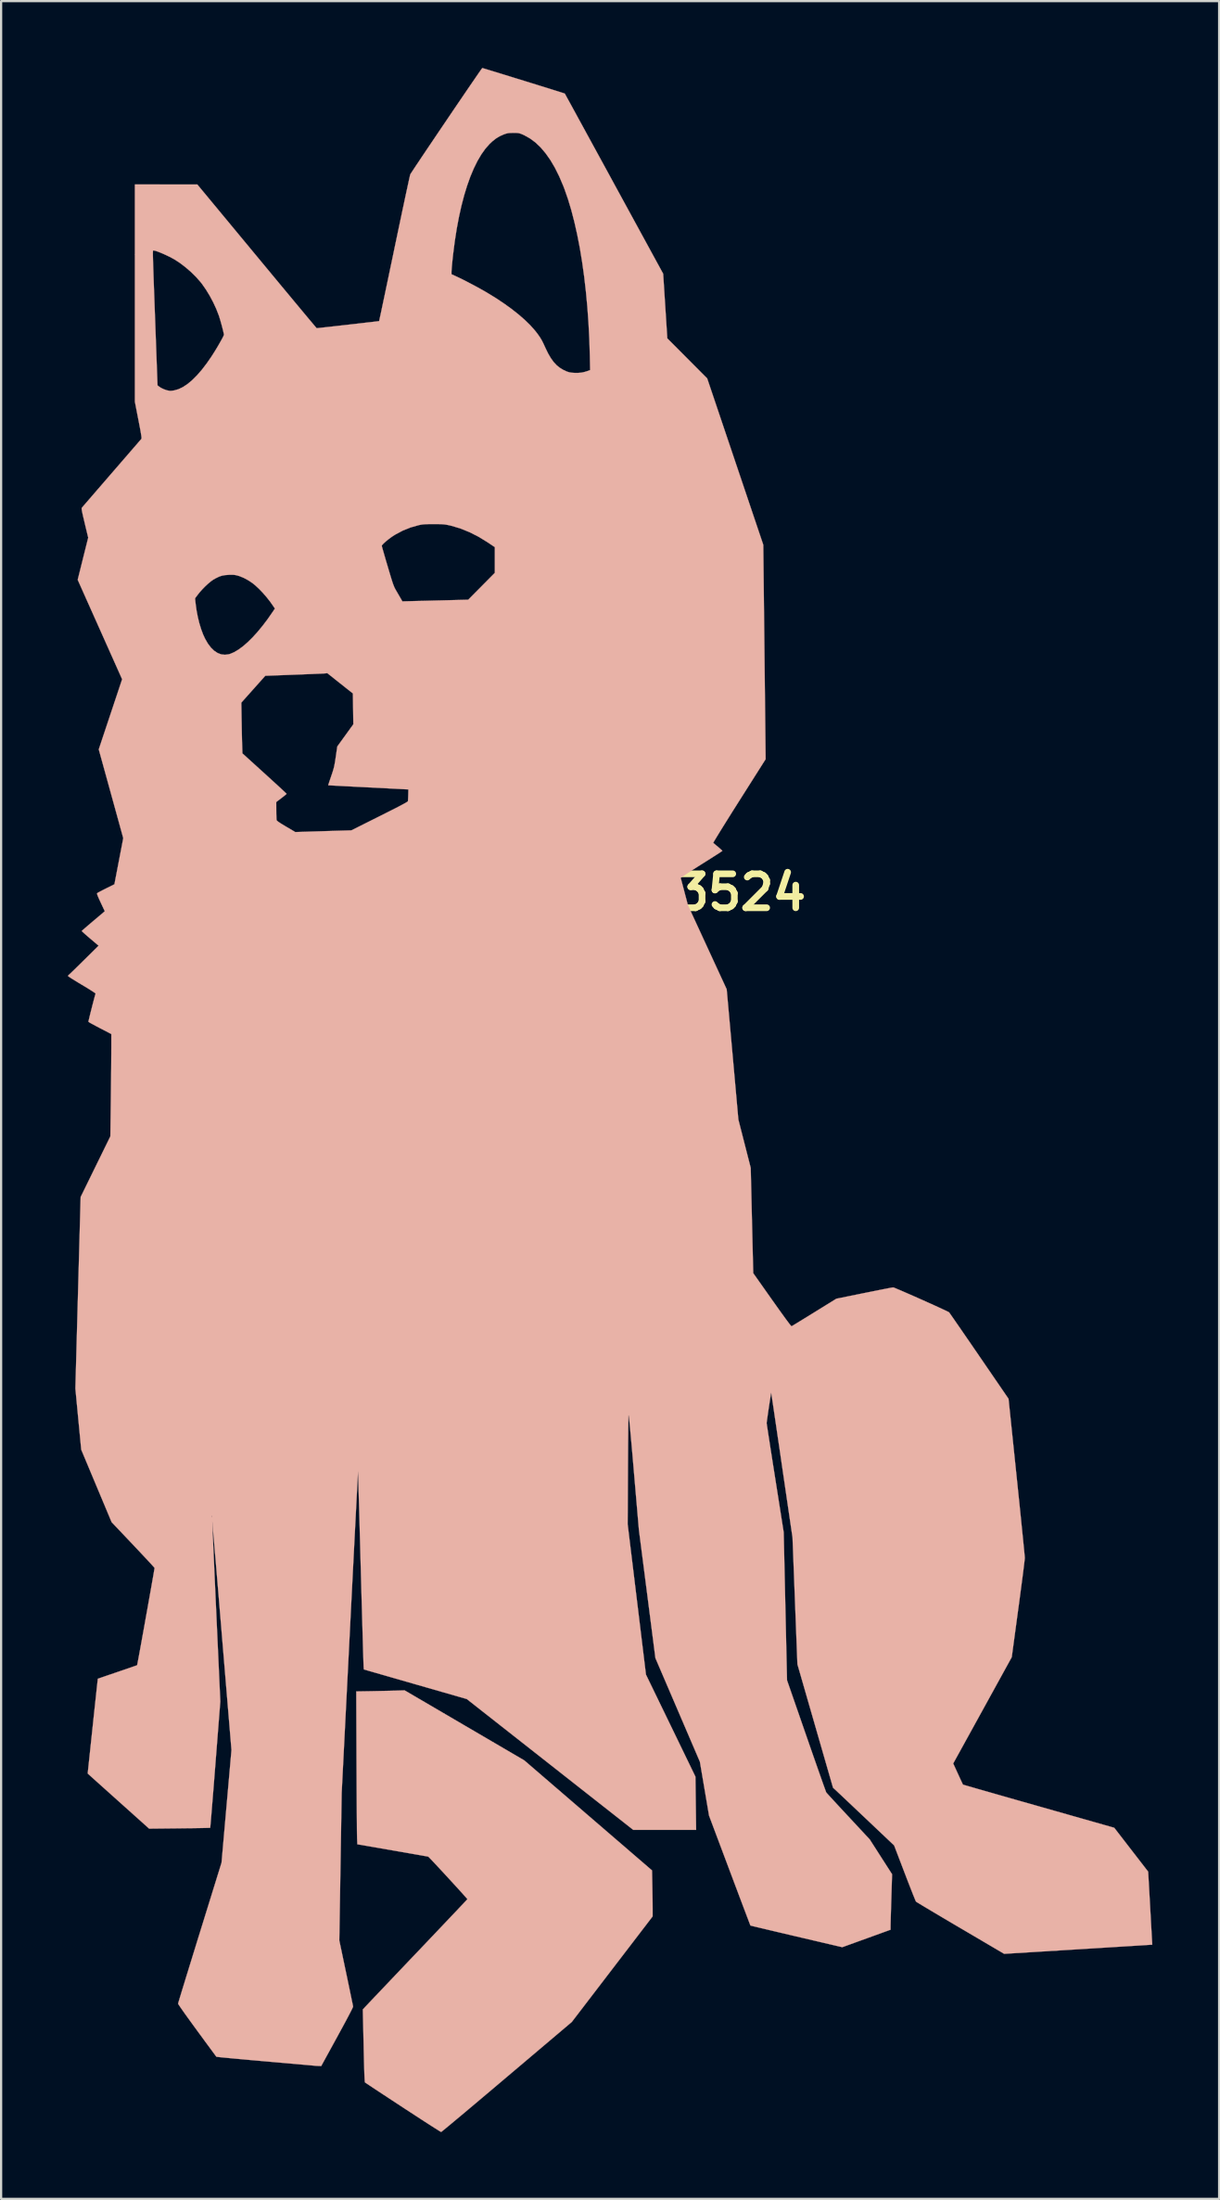
<source format=kicad_pcb>
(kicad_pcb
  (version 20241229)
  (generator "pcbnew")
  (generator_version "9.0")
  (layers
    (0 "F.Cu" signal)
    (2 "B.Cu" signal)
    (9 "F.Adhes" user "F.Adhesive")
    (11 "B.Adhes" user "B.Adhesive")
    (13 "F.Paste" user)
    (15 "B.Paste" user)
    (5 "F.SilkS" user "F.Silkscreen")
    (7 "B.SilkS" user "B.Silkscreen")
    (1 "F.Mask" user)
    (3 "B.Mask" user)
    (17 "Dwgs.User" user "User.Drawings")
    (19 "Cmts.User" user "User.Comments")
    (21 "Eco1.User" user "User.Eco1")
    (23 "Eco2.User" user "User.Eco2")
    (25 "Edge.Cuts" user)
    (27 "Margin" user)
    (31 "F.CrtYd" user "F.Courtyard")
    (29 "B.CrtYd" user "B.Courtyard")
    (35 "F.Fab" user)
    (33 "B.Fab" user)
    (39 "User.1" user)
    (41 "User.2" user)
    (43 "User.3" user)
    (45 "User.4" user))
  (footprint "B.SilkS_g13524"
    (layer "F.Cu")
    (at 24.283 37.026)
    (property "Reference" "B.SilkS_g13524" (at 0 0 0) (layer "F.SilkS") (effects (font (size 1.524 1.524) (thickness 0.3))))
    (attr through_hole)
    (fp_poly (pts (xy -6.465 37.407) (xy -3.776 38.98) (xy 1.962 43.92) (xy 1.976 44.654) (xy 1.979 44.843) (xy 1.982 45.032) (xy 1.985 45.214) (xy 1.987 45.382) (xy 1.988 45.526) (xy 1.989 45.641) (xy 1.989 45.686) (xy 1.989 45.985) (xy 0.173 48.355) (xy -1.642 50.725) (xy -4.562 53.195) (xy -4.867 53.453) (xy -5.164 53.704) (xy -5.45 53.945) (xy -5.725 54.177) (xy -5.986 54.397) (xy -6.233 54.604) (xy -6.462 54.797) (xy -6.674 54.974) (xy -6.866 55.134) (xy -7.036 55.276) (xy -7.183 55.398) (xy -7.305 55.499) (xy -7.4 55.577) (xy -7.468 55.632) (xy -7.506 55.661) (xy -7.514 55.666) (xy -7.536 55.655) (xy -7.591 55.622) (xy -7.676 55.569) (xy -7.789 55.498) (xy -7.928 55.409) (xy -8.089 55.306) (xy -8.271 55.189) (xy -8.471 55.059) (xy -8.686 54.919) (xy -8.914 54.771) (xy -9.153 54.615) (xy -9.229 54.565) (xy -9.47 54.407) (xy -9.702 54.255) (xy -9.921 54.111) (xy -10.125 53.977) (xy -10.313 53.854) (xy -10.48 53.743) (xy -10.625 53.647) (xy -10.745 53.567) (xy -10.838 53.505) (xy -10.902 53.463) (xy -10.933 53.441) (xy -10.935 53.439) (xy -10.941 53.417) (xy -10.946 53.362) (xy -10.952 53.273) (xy -10.958 53.149) (xy -10.964 52.989) (xy -10.97 52.791) (xy -10.977 52.554) (xy -10.984 52.278) (xy -10.992 51.961) (xy -10.995 51.789) (xy -11.032 50.164) (xy -10.919 50.042) (xy -10.891 50.013) (xy -10.836 49.955) (xy -10.756 49.87) (xy -10.651 49.759) (xy -10.524 49.625) (xy -10.376 49.47) (xy -10.209 49.294) (xy -10.024 49.1) (xy -9.824 48.889) (xy -9.61 48.664) (xy -9.384 48.426) (xy -9.147 48.177) (xy -8.901 47.918) (xy -8.647 47.652) (xy -8.572 47.574) (xy -8.319 47.308) (xy -8.074 47.05) (xy -7.839 46.803) (xy -7.615 46.567) (xy -7.403 46.344) (xy -7.206 46.136) (xy -7.025 45.945) (xy -6.861 45.773) (xy -6.717 45.62) (xy -6.593 45.489) (xy -6.491 45.381) (xy -6.413 45.299) (xy -6.361 45.243) (xy -6.336 45.215) (xy -6.334 45.213) (xy -6.346 45.195) (xy -6.385 45.149) (xy -6.447 45.079) (xy -6.528 44.988) (xy -6.626 44.879) (xy -6.738 44.756) (xy -6.861 44.621) (xy -6.992 44.478) (xy -7.128 44.33) (xy -7.266 44.18) (xy -7.402 44.032) (xy -7.534 43.89) (xy -7.66 43.755) (xy -7.775 43.632) (xy -7.876 43.523) (xy -7.962 43.433) (xy -8.029 43.363) (xy -8.073 43.319) (xy -8.092 43.302) (xy -8.117 43.297) (xy -8.179 43.285) (xy -8.277 43.268) (xy -8.407 43.245) (xy -8.566 43.217) (xy -8.75 43.185) (xy -8.956 43.149) (xy -9.181 43.109) (xy -9.421 43.068) (xy -9.673 43.024) (xy -9.698 43.02) (xy -11.278 42.747) (xy -11.29 42.471) (xy -11.291 42.418) (xy -11.293 42.325) (xy -11.295 42.195) (xy -11.297 42.031) (xy -11.298 41.834) (xy -11.3 41.609) (xy -11.302 41.356) (xy -11.304 41.079) (xy -11.306 40.781) (xy -11.308 40.464) (xy -11.31 40.131) (xy -11.311 39.783) (xy -11.313 39.425) (xy -11.315 39.058) (xy -11.315 39.039) (xy -11.327 35.882) (xy -10.611 35.87) (xy -10.42 35.866) (xy -10.223 35.862) (xy -10.03 35.858) (xy -9.85 35.854) (xy -9.691 35.85) (xy -9.562 35.847) (xy -9.525 35.845) (xy -9.155 35.834) (xy -6.465 37.407)) (stroke (width 0.01) (type solid)) (fill yes) (layer "B.SilkS"))
    (fp_poly (pts (xy -5.641 -37.014) (xy -5.581 -36.997) (xy -5.488 -36.969) (xy -5.365 -36.931) (xy -5.215 -36.886) (xy -5.043 -36.833) (xy -4.851 -36.774) (xy -4.643 -36.71) (xy -4.422 -36.642) (xy -4.193 -36.571) (xy -3.957 -36.499) (xy -3.72 -36.425) (xy -3.484 -36.352) (xy -3.253 -36.281) (xy -3.03 -36.211) (xy -2.818 -36.146) (xy -2.622 -36.085) (xy -2.445 -36.029) (xy -2.29 -35.981) (xy -2.16 -35.94) (xy -2.06 -35.908) (xy -1.992 -35.886) (xy -1.96 -35.875) (xy -1.958 -35.874) (xy -1.948 -35.855) (xy -1.917 -35.801) (xy -1.869 -35.712) (xy -1.803 -35.592) (xy -1.72 -35.441) (xy -1.622 -35.262) (xy -1.509 -35.056) (xy -1.383 -34.824) (xy -1.243 -34.568) (xy -1.091 -34.291) (xy -0.929 -33.993) (xy -0.756 -33.677) (xy -0.574 -33.344) (xy -0.384 -32.996) (xy -0.186 -32.634) (xy 0.018 -32.261) (xy 0.227 -31.877) (xy 0.255 -31.825) (xy 2.462 -27.783) (xy 2.555 -26.332) (xy 2.648 -24.881) (xy 3.544 -23.982) (xy 4.44 -23.082) (xy 5.7 -19.346) (xy 6.96 -15.61) (xy 7.066 -5.983) (xy 5.88 -4.112) (xy 5.718 -3.856) (xy 5.563 -3.611) (xy 5.417 -3.377) (xy 5.28 -3.159) (xy 5.154 -2.957) (xy 5.042 -2.776) (xy 4.943 -2.615) (xy 4.86 -2.479) (xy 4.794 -2.37) (xy 4.746 -2.289) (xy 4.719 -2.24) (xy 4.712 -2.225) (xy 4.735 -2.205) (xy 4.783 -2.165) (xy 4.849 -2.109) (xy 4.927 -2.045) (xy 5.002 -1.98) (xy 5.064 -1.925) (xy 5.106 -1.885) (xy 5.122 -1.867) (xy 5.122 -1.867) (xy 5.105 -1.853) (xy 5.055 -1.819) (xy 4.976 -1.767) (xy 4.87 -1.699) (xy 4.742 -1.617) (xy 4.595 -1.523) (xy 4.432 -1.42) (xy 4.256 -1.309) (xy 4.182 -1.263) (xy 4 -1.148) (xy 3.831 -1.041) (xy 3.677 -0.942) (xy 3.542 -0.854) (xy 3.429 -0.779) (xy 3.34 -0.719) (xy 3.28 -0.676) (xy 3.252 -0.652) (xy 3.25 -0.649) (xy 3.257 -0.623) (xy 3.274 -0.561) (xy 3.299 -0.469) (xy 3.33 -0.352) (xy 3.366 -0.216) (xy 3.406 -0.065) (xy 3.417 -0.021) (xy 3.577 0.582) (xy 4.446 2.466) (xy 5.316 4.35) (xy 5.579 7.276) (xy 5.841 10.202) (xy 6.396 12.372) (xy 6.452 14.735) (xy 6.509 17.099) (xy 7.355 18.297) (xy 7.546 18.565) (xy 7.713 18.8) (xy 7.858 19) (xy 7.978 19.166) (xy 8.076 19.297) (xy 8.15 19.394) (xy 8.2 19.456) (xy 8.227 19.482) (xy 8.231 19.484) (xy 8.254 19.471) (xy 8.309 19.438) (xy 8.394 19.386) (xy 8.505 19.319) (xy 8.638 19.237) (xy 8.79 19.144) (xy 8.958 19.041) (xy 9.139 18.929) (xy 9.251 18.86) (xy 10.242 18.247) (xy 11.495 17.992) (xy 11.72 17.947) (xy 11.934 17.904) (xy 12.133 17.864) (xy 12.312 17.828) (xy 12.469 17.798) (xy 12.6 17.772) (xy 12.7 17.754) (xy 12.766 17.742) (xy 12.795 17.738) (xy 12.823 17.746) (xy 12.885 17.77) (xy 12.977 17.809) (xy 13.096 17.859) (xy 13.238 17.92) (xy 13.398 17.99) (xy 13.572 18.066) (xy 13.756 18.147) (xy 13.946 18.231) (xy 14.139 18.317) (xy 14.33 18.403) (xy 14.515 18.486) (xy 14.69 18.565) (xy 14.851 18.639) (xy 14.994 18.705) (xy 15.115 18.761) (xy 15.21 18.806) (xy 15.275 18.839) (xy 15.305 18.856) (xy 15.307 18.857) (xy 15.323 18.879) (xy 15.362 18.933) (xy 15.421 19.018) (xy 15.5 19.131) (xy 15.596 19.27) (xy 15.708 19.432) (xy 15.835 19.615) (xy 15.974 19.818) (xy 16.125 20.037) (xy 16.286 20.27) (xy 16.454 20.516) (xy 16.63 20.771) (xy 16.66 20.816) (xy 17.979 22.74) (xy 18.344 26.256) (xy 18.384 26.639) (xy 18.422 27.012) (xy 18.46 27.373) (xy 18.495 27.718) (xy 18.529 28.047) (xy 18.56 28.356) (xy 18.589 28.643) (xy 18.616 28.907) (xy 18.64 29.144) (xy 18.66 29.352) (xy 18.678 29.53) (xy 18.692 29.675) (xy 18.702 29.784) (xy 18.708 29.856) (xy 18.71 29.887) (xy 18.707 29.924) (xy 18.699 30) (xy 18.686 30.112) (xy 18.668 30.257) (xy 18.647 30.432) (xy 18.621 30.634) (xy 18.592 30.86) (xy 18.559 31.108) (xy 18.524 31.373) (xy 18.487 31.654) (xy 18.448 31.948) (xy 18.417 32.173) (xy 18.124 34.343) (xy 16.809 36.731) (xy 15.493 39.118) (xy 15.709 39.588) (xy 15.769 39.719) (xy 15.823 39.836) (xy 15.869 39.935) (xy 15.904 40.009) (xy 15.926 40.055) (xy 15.932 40.067) (xy 15.952 40.073) (xy 16.012 40.091) (xy 16.108 40.119) (xy 16.238 40.156) (xy 16.4 40.203) (xy 16.593 40.259) (xy 16.814 40.322) (xy 17.06 40.392) (xy 17.33 40.47) (xy 17.622 40.553) (xy 17.934 40.642) (xy 18.263 40.736) (xy 18.607 40.834) (xy 18.965 40.935) (xy 19.333 41.04) (xy 22.729 42.005) (xy 23.49 42.99) (xy 24.252 43.975) (xy 24.34 45.53) (xy 24.354 45.785) (xy 24.368 46.029) (xy 24.38 46.259) (xy 24.392 46.471) (xy 24.403 46.662) (xy 24.412 46.828) (xy 24.42 46.965) (xy 24.426 47.07) (xy 24.43 47.14) (xy 24.432 47.17) (xy 24.436 47.255) (xy 24.024 47.281) (xy 23.952 47.286) (xy 23.842 47.293) (xy 23.695 47.302) (xy 23.514 47.313) (xy 23.302 47.326) (xy 23.063 47.341) (xy 22.799 47.357) (xy 22.512 47.375) (xy 22.207 47.394) (xy 21.885 47.414) (xy 21.55 47.435) (xy 21.204 47.456) (xy 20.851 47.478) (xy 20.697 47.487) (xy 17.783 47.666) (xy 15.819 46.511) (xy 15.553 46.355) (xy 15.298 46.204) (xy 15.055 46.061) (xy 14.827 45.925) (xy 14.616 45.8) (xy 14.424 45.686) (xy 14.255 45.585) (xy 14.11 45.498) (xy 13.991 45.426) (xy 13.902 45.372) (xy 13.845 45.336) (xy 13.822 45.32) (xy 13.822 45.319) (xy 13.808 45.294) (xy 13.782 45.232) (xy 13.743 45.137) (xy 13.693 45.014) (xy 13.634 44.864) (xy 13.567 44.693) (xy 13.493 44.503) (xy 13.413 44.297) (xy 13.33 44.08) (xy 13.315 44.041) (xy 12.84 42.799) (xy 11.572 41.598) (xy 11.374 41.411) (xy 11.183 41.231) (xy 11.002 41.059) (xy 10.833 40.899) (xy 10.678 40.753) (xy 10.54 40.623) (xy 10.422 40.511) (xy 10.325 40.421) (xy 10.254 40.353) (xy 10.209 40.311) (xy 10.198 40.301) (xy 10.094 40.206) (xy 8.494 34.66) (xy 8.274 28.967) (xy 7.797 25.718) (xy 7.744 25.352) (xy 7.692 24.998) (xy 7.642 24.658) (xy 7.594 24.334) (xy 7.549 24.028) (xy 7.507 23.743) (xy 7.468 23.48) (xy 7.433 23.242) (xy 7.402 23.032) (xy 7.375 22.851) (xy 7.352 22.702) (xy 7.335 22.588) (xy 7.323 22.509) (xy 7.317 22.469) (xy 7.316 22.464) (xy 7.311 22.482) (xy 7.302 22.537) (xy 7.288 22.621) (xy 7.271 22.729) (xy 7.251 22.856) (xy 7.23 22.995) (xy 7.208 23.14) (xy 7.186 23.285) (xy 7.166 23.425) (xy 7.148 23.554) (xy 7.132 23.665) (xy 7.12 23.753) (xy 7.113 23.812) (xy 7.111 23.834) (xy 7.115 23.861) (xy 7.124 23.928) (xy 7.14 24.031) (xy 7.161 24.168) (xy 7.186 24.336) (xy 7.217 24.532) (xy 7.251 24.754) (xy 7.289 24.999) (xy 7.331 25.265) (xy 7.375 25.548) (xy 7.422 25.847) (xy 7.471 26.157) (xy 7.495 26.31) (xy 7.877 28.734) (xy 7.952 32.057) (xy 8.027 35.38) (xy 8.894 37.878) (xy 9.003 38.191) (xy 9.108 38.494) (xy 9.209 38.784) (xy 9.305 39.058) (xy 9.395 39.314) (xy 9.478 39.549) (xy 9.553 39.762) (xy 9.619 39.949) (xy 9.675 40.108) (xy 9.722 40.237) (xy 9.757 40.334) (xy 9.78 40.395) (xy 9.789 40.418) (xy 9.808 40.44) (xy 9.854 40.491) (xy 9.923 40.567) (xy 10.014 40.666) (xy 10.124 40.786) (xy 10.25 40.923) (xy 10.391 41.075) (xy 10.543 41.239) (xy 10.705 41.413) (xy 10.781 41.494) (xy 11.744 42.529) (xy 12.245 43.31) (xy 12.747 44.091) (xy 12.713 45.196) (xy 12.706 45.414) (xy 12.7 45.623) (xy 12.694 45.818) (xy 12.689 45.995) (xy 12.685 46.15) (xy 12.682 46.278) (xy 12.68 46.373) (xy 12.679 46.433) (xy 12.679 46.442) (xy 12.679 46.583) (xy 10.509 47.368) (xy 8.45 46.886) (xy 8.162 46.818) (xy 7.886 46.753) (xy 7.625 46.692) (xy 7.381 46.634) (xy 7.157 46.581) (xy 6.956 46.533) (xy 6.781 46.492) (xy 6.634 46.457) (xy 6.518 46.429) (xy 6.436 46.409) (xy 6.391 46.397) (xy 6.383 46.395) (xy 6.375 46.374) (xy 6.353 46.317) (xy 6.317 46.224) (xy 6.27 46.099) (xy 6.211 45.944) (xy 6.142 45.761) (xy 6.063 45.553) (xy 5.976 45.322) (xy 5.881 45.071) (xy 5.78 44.801) (xy 5.672 44.516) (xy 5.56 44.217) (xy 5.449 43.922) (xy 4.523 41.457) (xy 4.113 39.042) (xy 3.114 36.714) (xy 2.114 34.385) (xy 1.744 31.507) (xy 1.373 28.628) (xy 1.145 25.982) (xy 1.111 25.584) (xy 1.08 25.226) (xy 1.052 24.907) (xy 1.027 24.625) (xy 1.005 24.378) (xy 0.985 24.166) (xy 0.968 23.985) (xy 0.954 23.835) (xy 0.942 23.714) (xy 0.931 23.619) (xy 0.923 23.55) (xy 0.916 23.505) (xy 0.911 23.481) (xy 0.907 23.478) (xy 0.904 23.494) (xy 0.904 23.495) (xy 0.902 23.537) (xy 0.9 23.619) (xy 0.898 23.737) (xy 0.896 23.888) (xy 0.893 24.071) (xy 0.891 24.281) (xy 0.889 24.515) (xy 0.887 24.772) (xy 0.885 25.047) (xy 0.883 25.338) (xy 0.881 25.643) (xy 0.879 25.957) (xy 0.879 26.014) (xy 0.867 28.374) (xy 1.278 31.75) (xy 1.689 35.126) (xy 2.801 37.418) (xy 3.912 39.71) (xy 3.943 42.1) (xy 1.119 42.1) (xy -2.621 39.162) (xy -6.361 36.224) (xy -8.672 35.56) (xy -10.984 34.895) (xy -10.994 34.81) (xy -10.996 34.78) (xy -10.998 34.711) (xy -11.002 34.603) (xy -11.007 34.459) (xy -11.012 34.28) (xy -11.019 34.07) (xy -11.026 33.829) (xy -11.034 33.56) (xy -11.042 33.265) (xy -11.051 32.946) (xy -11.061 32.605) (xy -11.071 32.244) (xy -11.082 31.865) (xy -11.093 31.47) (xy -11.104 31.061) (xy -11.116 30.64) (xy -11.123 30.364) (xy -11.135 29.937) (xy -11.146 29.522) (xy -11.157 29.12) (xy -11.168 28.733) (xy -11.178 28.363) (xy -11.188 28.012) (xy -11.197 27.683) (xy -11.206 27.377) (xy -11.214 27.096) (xy -11.221 26.842) (xy -11.227 26.617) (xy -11.233 26.423) (xy -11.238 26.262) (xy -11.241 26.136) (xy -11.244 26.047) (xy -11.246 25.998) (xy -11.246 25.987) (xy -11.248 26.007) (xy -11.251 26.067) (xy -11.256 26.167) (xy -11.264 26.304) (xy -11.273 26.478) (xy -11.284 26.686) (xy -11.296 26.927) (xy -11.31 27.2) (xy -11.326 27.503) (xy -11.343 27.834) (xy -11.361 28.193) (xy -11.381 28.577) (xy -11.402 28.985) (xy -11.424 29.415) (xy -11.447 29.867) (xy -11.471 30.338) (xy -11.496 30.826) (xy -11.521 31.331) (xy -11.548 31.851) (xy -11.575 32.384) (xy -11.602 32.929) (xy -11.616 33.205) (xy -11.982 40.439) (xy -12.089 47.064) (xy -11.782 48.525) (xy -11.731 48.768) (xy -11.683 49) (xy -11.637 49.217) (xy -11.596 49.416) (xy -11.559 49.593) (xy -11.528 49.745) (xy -11.502 49.868) (xy -11.483 49.959) (xy -11.472 50.015) (xy -11.469 50.031) (xy -11.478 50.06) (xy -11.507 50.124) (xy -11.556 50.224) (xy -11.625 50.358) (xy -11.713 50.526) (xy -11.82 50.726) (xy -11.945 50.958) (xy -12.089 51.221) (xy -12.181 51.391) (xy -12.901 52.704) (xy -13.018 52.701) (xy -13.094 52.698) (xy -13.161 52.694) (xy -13.187 52.691) (xy -13.215 52.688) (xy -13.282 52.682) (xy -13.386 52.673) (xy -13.523 52.66) (xy -13.691 52.645) (xy -13.887 52.628) (xy -14.108 52.608) (xy -14.351 52.587) (xy -14.613 52.564) (xy -14.892 52.54) (xy -15.184 52.514) (xy -15.418 52.494) (xy -15.718 52.467) (xy -16.006 52.442) (xy -16.279 52.417) (xy -16.534 52.394) (xy -16.769 52.373) (xy -16.981 52.353) (xy -17.167 52.335) (xy -17.325 52.32) (xy -17.451 52.307) (xy -17.542 52.297) (xy -17.597 52.29) (xy -17.611 52.287) (xy -17.626 52.268) (xy -17.664 52.217) (xy -17.722 52.138) (xy -17.799 52.033) (xy -17.894 51.905) (xy -18.002 51.758) (xy -18.124 51.593) (xy -18.255 51.413) (xy -18.396 51.222) (xy -18.48 51.107) (xy -18.642 50.885) (xy -18.791 50.68) (xy -18.925 50.495) (xy -19.043 50.33) (xy -19.142 50.189) (xy -19.222 50.074) (xy -19.282 49.986) (xy -19.319 49.928) (xy -19.332 49.901) (xy -19.332 49.9) (xy -19.325 49.876) (xy -19.307 49.813) (xy -19.277 49.714) (xy -19.237 49.581) (xy -19.187 49.417) (xy -19.128 49.223) (xy -19.06 49.002) (xy -18.985 48.757) (xy -18.902 48.488) (xy -18.813 48.199) (xy -18.718 47.892) (xy -18.618 47.568) (xy -18.514 47.231) (xy -18.406 46.881) (xy -18.354 46.715) (xy -17.379 43.571) (xy -17.156 41.042) (xy -16.933 38.513) (xy -17.362 33.376) (xy -17.4 32.914) (xy -17.438 32.463) (xy -17.475 32.025) (xy -17.51 31.601) (xy -17.544 31.195) (xy -17.577 30.807) (xy -17.608 30.439) (xy -17.637 30.093) (xy -17.665 29.771) (xy -17.69 29.475) (xy -17.713 29.206) (xy -17.733 28.967) (xy -17.751 28.758) (xy -17.766 28.583) (xy -17.778 28.442) (xy -17.788 28.338) (xy -17.794 28.272) (xy -17.797 28.246) (xy -17.797 28.246) (xy -17.796 28.268) (xy -17.794 28.329) (xy -17.79 28.429) (xy -17.785 28.565) (xy -17.778 28.735) (xy -17.769 28.937) (xy -17.759 29.169) (xy -17.748 29.43) (xy -17.735 29.715) (xy -17.721 30.025) (xy -17.707 30.357) (xy -17.691 30.708) (xy -17.674 31.077) (xy -17.657 31.461) (xy -17.639 31.859) (xy -17.62 32.269) (xy -17.619 32.293) (xy -17.435 36.333) (xy -17.657 39.164) (xy -17.684 39.506) (xy -17.71 39.836) (xy -17.735 40.153) (xy -17.759 40.453) (xy -17.782 40.733) (xy -17.803 40.993) (xy -17.822 41.228) (xy -17.839 41.437) (xy -17.854 41.617) (xy -17.867 41.766) (xy -17.877 41.881) (xy -17.884 41.96) (xy -17.888 42) (xy -17.889 42.005) (xy -17.912 42.007) (xy -17.973 42.01) (xy -18.069 42.012) (xy -18.197 42.015) (xy -18.354 42.018) (xy -18.534 42.021) (xy -18.736 42.024) (xy -18.955 42.026) (xy -19.188 42.029) (xy -19.266 42.03) (xy -20.632 42.044) (xy -21.963 40.852) (xy -22.166 40.67) (xy -22.361 40.495) (xy -22.545 40.33) (xy -22.716 40.177) (xy -22.872 40.037) (xy -23.01 39.914) (xy -23.127 39.808) (xy -23.222 39.723) (xy -23.291 39.661) (xy -23.333 39.623) (xy -23.344 39.613) (xy -23.393 39.566) (xy -23.167 37.441) (xy -23.136 37.146) (xy -23.106 36.863) (xy -23.077 36.595) (xy -23.05 36.344) (xy -23.025 36.114) (xy -23.003 35.908) (xy -22.984 35.727) (xy -22.967 35.576) (xy -22.954 35.456) (xy -22.945 35.371) (xy -22.939 35.323) (xy -22.938 35.313) (xy -22.918 35.306) (xy -22.861 35.287) (xy -22.773 35.256) (xy -22.657 35.216) (xy -22.518 35.168) (xy -22.358 35.114) (xy -22.183 35.054) (xy -22.057 35.011) (xy -21.873 34.948) (xy -21.702 34.89) (xy -21.548 34.837) (xy -21.415 34.791) (xy -21.307 34.753) (xy -21.228 34.726) (xy -21.183 34.709) (xy -21.173 34.705) (xy -21.167 34.683) (xy -21.156 34.623) (xy -21.138 34.528) (xy -21.114 34.401) (xy -21.085 34.246) (xy -21.052 34.066) (xy -21.015 33.864) (xy -20.975 33.644) (xy -20.933 33.409) (xy -20.888 33.162) (xy -20.842 32.907) (xy -20.796 32.647) (xy -20.749 32.386) (xy -20.702 32.126) (xy -20.657 31.871) (xy -20.613 31.625) (xy -20.571 31.39) (xy -20.532 31.171) (xy -20.497 30.969) (xy -20.465 30.79) (xy -20.438 30.636) (xy -20.417 30.51) (xy -20.401 30.416) (xy -20.391 30.357) (xy -20.389 30.337) (xy -20.404 30.317) (xy -20.446 30.269) (xy -20.512 30.196) (xy -20.6 30.1) (xy -20.708 29.984) (xy -20.833 29.85) (xy -20.972 29.702) (xy -21.123 29.541) (xy -21.285 29.37) (xy -21.356 29.294) (xy -22.319 28.279) (xy -22.425 28.025) (xy -17.819 28.025) (xy -17.816 28.055) (xy -17.808 28.051) (xy -17.806 28.008) (xy -17.808 27.998) (xy -17.816 27.996) (xy -17.819 28.025) (xy -22.425 28.025) (xy -23.001 26.652) (xy -23.683 25.025) (xy -23.815 23.652) (xy -23.946 22.278) (xy -23.71 13.679) (xy -23.042 12.316) (xy -22.374 10.954) (xy -22.352 9.271) (xy -22.349 8.989) (xy -22.346 8.705) (xy -22.343 8.425) (xy -22.34 8.153) (xy -22.337 7.894) (xy -22.335 7.653) (xy -22.334 7.435) (xy -22.332 7.244) (xy -22.332 7.087) (xy -22.331 6.974) (xy -22.331 6.361) (xy -22.841 6.096) (xy -22.976 6.025) (xy -23.098 5.96) (xy -23.203 5.904) (xy -23.284 5.858) (xy -23.338 5.825) (xy -23.36 5.81) (xy -23.36 5.81) (xy -23.357 5.786) (xy -23.344 5.728) (xy -23.323 5.641) (xy -23.297 5.532) (xy -23.266 5.406) (xy -23.231 5.269) (xy -23.196 5.129) (xy -23.16 4.99) (xy -23.126 4.86) (xy -23.095 4.743) (xy -23.069 4.647) (xy -23.049 4.577) (xy -23.039 4.543) (xy -23.054 4.527) (xy -23.102 4.492) (xy -23.179 4.441) (xy -23.28 4.376) (xy -23.402 4.3) (xy -23.541 4.216) (xy -23.654 4.149) (xy -23.801 4.061) (xy -23.935 3.979) (xy -24.053 3.906) (xy -24.151 3.844) (xy -24.223 3.796) (xy -24.267 3.764) (xy -24.278 3.753) (xy -24.262 3.722) (xy -24.238 3.699) (xy -24.214 3.679) (xy -24.164 3.632) (xy -24.091 3.561) (xy -23.997 3.471) (xy -23.887 3.363) (xy -23.763 3.242) (xy -23.63 3.11) (xy -23.55 3.032) (xy -22.903 2.393) (xy -23.284 2.07) (xy -23.391 1.979) (xy -23.486 1.896) (xy -23.564 1.826) (xy -23.622 1.773) (xy -23.654 1.74) (xy -23.659 1.732) (xy -23.642 1.714) (xy -23.595 1.672) (xy -23.517 1.604) (xy -23.408 1.51) (xy -23.267 1.39) (xy -23.095 1.244) (xy -22.891 1.072) (xy -22.688 0.9) (xy -22.624 0.847) (xy -22.808 0.455) (xy -22.875 0.311) (xy -22.924 0.201) (xy -22.955 0.121) (xy -22.971 0.069) (xy -22.972 0.041) (xy -22.97 0.037) (xy -22.945 0.02) (xy -22.888 -0.013) (xy -22.805 -0.057) (xy -22.703 -0.11) (xy -22.587 -0.168) (xy -22.57 -0.177) (xy -22.193 -0.364) (xy -21.795 -2.436) (xy -22.345 -4.43) (xy -22.896 -6.424) (xy -22.371 -7.998) (xy -22.196 -8.522) (xy -16.491 -8.522) (xy -16.479 -7.769) (xy -16.475 -7.574) (xy -16.472 -7.372) (xy -16.468 -7.174) (xy -16.464 -6.988) (xy -16.46 -6.823) (xy -16.456 -6.687) (xy -16.454 -6.63) (xy -16.442 -6.244) (xy -15.449 -5.343) (xy -15.276 -5.186) (xy -15.112 -5.036) (xy -14.961 -4.898) (xy -14.824 -4.773) (xy -14.705 -4.663) (xy -14.606 -4.571) (xy -14.531 -4.5) (xy -14.48 -4.452) (xy -14.458 -4.429) (xy -14.457 -4.427) (xy -14.473 -4.41) (xy -14.517 -4.372) (xy -14.582 -4.319) (xy -14.663 -4.256) (xy -14.69 -4.235) (xy -14.922 -4.058) (xy -14.92 -3.675) (xy -14.919 -3.549) (xy -14.916 -3.434) (xy -14.913 -3.34) (xy -14.909 -3.273) (xy -14.905 -3.244) (xy -14.886 -3.219) (xy -14.84 -3.181) (xy -14.764 -3.128) (xy -14.656 -3.06) (xy -14.513 -2.974) (xy -14.478 -2.953) (xy -14.065 -2.71) (xy -13.684 -2.722) (xy -13.576 -2.725) (xy -13.433 -2.73) (xy -13.262 -2.735) (xy -13.071 -2.741) (xy -12.867 -2.747) (xy -12.657 -2.754) (xy -12.449 -2.76) (xy -12.425 -2.761) (xy -11.546 -2.787) (xy -10.281 -3.42) (xy -10.015 -3.554) (xy -9.786 -3.669) (xy -9.59 -3.768) (xy -9.427 -3.852) (xy -9.294 -3.922) (xy -9.188 -3.979) (xy -9.109 -4.023) (xy -9.054 -4.057) (xy -9.02 -4.08) (xy -9.007 -4.095) (xy -9.006 -4.096) (xy -9.002 -4.133) (xy -8.998 -4.203) (xy -8.994 -4.294) (xy -8.991 -4.381) (xy -8.985 -4.625) (xy -10.784 -4.717) (xy -11.056 -4.731) (xy -11.316 -4.744) (xy -11.56 -4.757) (xy -11.785 -4.768) (xy -11.989 -4.779) (xy -12.168 -4.789) (xy -12.32 -4.797) (xy -12.44 -4.803) (xy -12.527 -4.808) (xy -12.576 -4.811) (xy -12.587 -4.812) (xy -12.582 -4.832) (xy -12.565 -4.886) (xy -12.538 -4.968) (xy -12.503 -5.072) (xy -12.462 -5.192) (xy -12.453 -5.218) (xy -12.406 -5.356) (xy -12.37 -5.47) (xy -12.341 -5.57) (xy -12.317 -5.667) (xy -12.297 -5.772) (xy -12.276 -5.894) (xy -12.253 -6.046) (xy -12.247 -6.086) (xy -12.179 -6.553) (xy -11.458 -7.55) (xy -11.468 -8.242) (xy -11.478 -8.934) (xy -12.052 -9.389) (xy -12.626 -9.845) (xy -12.764 -9.833) (xy -12.81 -9.83) (xy -12.894 -9.826) (xy -13.012 -9.821) (xy -13.159 -9.815) (xy -13.333 -9.807) (xy -13.527 -9.8) (xy -13.738 -9.791) (xy -13.962 -9.783) (xy -14.158 -9.775) (xy -15.414 -9.728) (xy -15.953 -9.125) (xy -16.491 -8.522) (xy -22.196 -8.522) (xy -21.846 -9.572) (xy -22.844 -11.806) (xy -23.47 -13.206) (xy -18.57 -13.206) (xy -18.545 -12.969) (xy -18.504 -12.672) (xy -18.448 -12.376) (xy -18.378 -12.089) (xy -18.296 -11.82) (xy -18.205 -11.577) (xy -18.12 -11.394) (xy -17.992 -11.173) (xy -17.855 -10.993) (xy -17.709 -10.851) (xy -17.555 -10.75) (xy -17.395 -10.69) (xy -17.228 -10.671) (xy -17.056 -10.693) (xy -16.991 -10.712) (xy -16.811 -10.789) (xy -16.618 -10.904) (xy -16.414 -11.054) (xy -16.202 -11.238) (xy -15.983 -11.454) (xy -15.76 -11.7) (xy -15.535 -11.973) (xy -15.308 -12.272) (xy -15.094 -12.58) (xy -14.982 -12.746) (xy -15.062 -12.866) (xy -15.202 -13.064) (xy -15.359 -13.263) (xy -15.527 -13.456) (xy -15.697 -13.633) (xy -15.862 -13.786) (xy -15.981 -13.883) (xy -16.17 -14.01) (xy -16.368 -14.118) (xy -16.562 -14.199) (xy -16.648 -14.225) (xy -16.733 -14.247) (xy -16.81 -14.259) (xy -16.894 -14.264) (xy -16.998 -14.264) (xy -17.059 -14.261) (xy -17.225 -14.248) (xy -17.368 -14.221) (xy -17.504 -14.175) (xy -17.645 -14.105) (xy -17.759 -14.039) (xy -17.864 -13.964) (xy -17.986 -13.862) (xy -18.114 -13.743) (xy -18.241 -13.613) (xy -18.358 -13.482) (xy -18.447 -13.371) (xy -18.57 -13.206) (xy -23.47 -13.206) (xy -23.842 -14.04) (xy -23.606 -14.986) (xy -23.461 -15.566) (xy -10.181 -15.566) (xy -10.175 -15.539) (xy -10.159 -15.477) (xy -10.132 -15.383) (xy -10.097 -15.261) (xy -10.055 -15.115) (xy -10.008 -14.951) (xy -9.955 -14.771) (xy -9.918 -14.648) (xy -9.854 -14.432) (xy -9.8 -14.252) (xy -9.755 -14.103) (xy -9.717 -13.983) (xy -9.685 -13.885) (xy -9.656 -13.806) (xy -9.631 -13.741) (xy -9.606 -13.685) (xy -9.581 -13.635) (xy -9.553 -13.586) (xy -9.541 -13.564) (xy -9.481 -13.462) (xy -9.418 -13.353) (xy -9.362 -13.256) (xy -9.34 -13.219) (xy -9.254 -13.07) (xy -9.014 -13.076) (xy -8.948 -13.078) (xy -8.844 -13.08) (xy -8.708 -13.084) (xy -8.543 -13.088) (xy -8.355 -13.092) (xy -8.149 -13.097) (xy -7.928 -13.103) (xy -7.698 -13.109) (xy -7.535 -13.113) (xy -6.297 -13.144) (xy -5.699 -13.747) (xy -5.101 -14.351) (xy -5.101 -15.505) (xy -5.425 -15.722) (xy -5.823 -15.967) (xy -6.224 -16.171) (xy -6.628 -16.336) (xy -7.033 -16.459) (xy -7.176 -16.492) (xy -7.258 -16.509) (xy -7.335 -16.521) (xy -7.415 -16.53) (xy -7.507 -16.536) (xy -7.619 -16.539) (xy -7.761 -16.54) (xy -7.853 -16.54) (xy -8.014 -16.54) (xy -8.141 -16.538) (xy -8.243 -16.533) (xy -8.327 -16.526) (xy -8.402 -16.516) (xy -8.476 -16.502) (xy -8.513 -16.494) (xy -8.884 -16.39) (xy -9.238 -16.248) (xy -9.572 -16.07) (xy -9.694 -15.993) (xy -9.795 -15.922) (xy -9.896 -15.845) (xy -9.99 -15.768) (xy -10.071 -15.696) (xy -10.134 -15.634) (xy -10.172 -15.587) (xy -10.181 -15.566) (xy -23.461 -15.566) (xy -23.37 -15.932) (xy -23.527 -16.585) (xy -23.571 -16.774) (xy -23.607 -16.926) (xy -23.633 -17.044) (xy -23.651 -17.133) (xy -23.661 -17.197) (xy -23.664 -17.239) (xy -23.662 -17.264) (xy -23.658 -17.271) (xy -23.641 -17.291) (xy -23.598 -17.341) (xy -23.531 -17.419) (xy -23.442 -17.521) (xy -23.334 -17.647) (xy -23.207 -17.793) (xy -23.065 -17.958) (xy -22.908 -18.139) (xy -22.74 -18.334) (xy -22.561 -18.54) (xy -22.375 -18.756) (xy -22.322 -18.817) (xy -22.133 -19.035) (xy -21.952 -19.244) (xy -21.781 -19.442) (xy -21.62 -19.627) (xy -21.474 -19.797) (xy -21.342 -19.949) (xy -21.228 -20.08) (xy -21.134 -20.19) (xy -21.06 -20.275) (xy -21.01 -20.333) (xy -20.985 -20.362) (xy -20.983 -20.364) (xy -20.977 -20.378) (xy -20.975 -20.403) (xy -20.976 -20.443) (xy -20.983 -20.502) (xy -20.996 -20.583) (xy -21.014 -20.691) (xy -21.039 -20.829) (xy -21.072 -21) (xy -21.112 -21.209) (xy -21.114 -21.217) (xy -21.273 -22.037) (xy -21.273 -28.7) (xy -20.464 -28.7) (xy -20.464 -28.639) (xy -20.463 -28.561) (xy -20.46 -28.464) (xy -20.457 -28.347) (xy -20.453 -28.207) (xy -20.448 -28.043) (xy -20.441 -27.852) (xy -20.434 -27.632) (xy -20.425 -27.382) (xy -20.415 -27.099) (xy -20.403 -26.782) (xy -20.39 -26.427) (xy -20.376 -26.035) (xy -20.362 -25.663) (xy -20.256 -22.771) (xy -20.208 -22.732) (xy -20.103 -22.66) (xy -19.975 -22.598) (xy -19.842 -22.551) (xy -19.718 -22.526) (xy -19.684 -22.523) (xy -19.633 -22.526) (xy -19.56 -22.535) (xy -19.504 -22.544) (xy -19.312 -22.599) (xy -19.113 -22.694) (xy -18.908 -22.83) (xy -18.698 -23.006) (xy -18.482 -23.221) (xy -18.262 -23.474) (xy -18.039 -23.766) (xy -17.831 -24.067) (xy -17.756 -24.184) (xy -17.676 -24.311) (xy -17.595 -24.444) (xy -17.517 -24.576) (xy -17.445 -24.702) (xy -17.381 -24.816) (xy -17.329 -24.913) (xy -17.292 -24.988) (xy -17.274 -25.034) (xy -17.272 -25.043) (xy -17.278 -25.087) (xy -17.294 -25.163) (xy -17.318 -25.264) (xy -17.348 -25.382) (xy -17.382 -25.509) (xy -17.418 -25.637) (xy -17.454 -25.759) (xy -17.487 -25.866) (xy -17.505 -25.919) (xy -17.617 -26.206) (xy -17.753 -26.5) (xy -17.909 -26.792) (xy -18.077 -27.068) (xy -18.252 -27.319) (xy -18.324 -27.411) (xy -18.525 -27.638) (xy -18.753 -27.863) (xy -19 -28.076) (xy -19.252 -28.268) (xy -19.461 -28.405) (xy -19.581 -28.473) (xy -19.715 -28.544) (xy -19.856 -28.612) (xy -19.997 -28.676) (xy -20.131 -28.733) (xy -20.251 -28.779) (xy -20.351 -28.812) (xy -20.422 -28.828) (xy -20.439 -28.829) (xy -20.444 -28.829) (xy -20.449 -28.829) (xy -20.453 -28.826) (xy -20.457 -28.818) (xy -20.46 -28.804) (xy -20.462 -28.78) (xy -20.463 -28.746) (xy -20.464 -28.7) (xy -21.273 -28.7) (xy -21.273 -31.792) (xy -18.468 -31.791) (xy -15.793 -28.564) (xy -15.526 -28.242) (xy -15.266 -27.929) (xy -15.015 -27.626) (xy -14.774 -27.335) (xy -14.543 -27.058) (xy -14.325 -26.796) (xy -14.121 -26.55) (xy -13.931 -26.322) (xy -13.758 -26.114) (xy -13.602 -25.927) (xy -13.465 -25.763) (xy -13.348 -25.624) (xy -13.252 -25.51) (xy -13.179 -25.423) (xy -13.131 -25.366) (xy -13.107 -25.339) (xy -13.105 -25.337) (xy -13.074 -25.34) (xy -13.006 -25.347) (xy -12.906 -25.358) (xy -12.777 -25.372) (xy -12.625 -25.389) (xy -12.452 -25.408) (xy -12.263 -25.429) (xy -12.063 -25.452) (xy -11.856 -25.475) (xy -11.646 -25.499) (xy -11.436 -25.523) (xy -11.233 -25.546) (xy -11.038 -25.569) (xy -10.858 -25.59) (xy -10.695 -25.608) (xy -10.555 -25.625) (xy -10.441 -25.638) (xy -10.358 -25.649) (xy -10.31 -25.655) (xy -10.299 -25.657) (xy -10.294 -25.678) (xy -10.281 -25.738) (xy -10.26 -25.836) (xy -10.231 -25.968) (xy -10.196 -26.133) (xy -10.155 -26.328) (xy -10.108 -26.551) (xy -10.055 -26.801) (xy -9.998 -27.073) (xy -9.936 -27.368) (xy -9.87 -27.681) (xy -9.832 -27.861) (xy -7.048 -27.861) (xy -7.048 -27.76) (xy -6.821 -27.657) (xy -6.69 -27.595) (xy -6.53 -27.517) (xy -6.352 -27.426) (xy -6.161 -27.326) (xy -5.968 -27.223) (xy -5.781 -27.121) (xy -5.607 -27.024) (xy -5.472 -26.946) (xy -5.076 -26.704) (xy -4.705 -26.458) (xy -4.361 -26.211) (xy -4.047 -25.964) (xy -3.765 -25.72) (xy -3.518 -25.48) (xy -3.309 -25.246) (xy -3.198 -25.106) (xy -3.128 -25.009) (xy -3.071 -24.926) (xy -3.022 -24.846) (xy -2.975 -24.762) (xy -2.925 -24.662) (xy -2.868 -24.539) (xy -2.824 -24.443) (xy -2.705 -24.199) (xy -2.584 -23.993) (xy -2.46 -23.821) (xy -2.328 -23.679) (xy -2.312 -23.664) (xy -2.174 -23.555) (xy -2.017 -23.46) (xy -1.856 -23.388) (xy -1.752 -23.356) (xy -1.639 -23.338) (xy -1.501 -23.329) (xy -1.357 -23.33) (xy -1.223 -23.341) (xy -1.175 -23.349) (xy -1.08 -23.37) (xy -0.979 -23.4) (xy -0.934 -23.415) (xy -0.819 -23.458) (xy -0.832 -24.106) (xy -0.855 -24.849) (xy -0.893 -25.579) (xy -0.944 -26.292) (xy -1.009 -26.986) (xy -1.087 -27.66) (xy -1.178 -28.311) (xy -1.281 -28.935) (xy -1.397 -29.531) (xy -1.524 -30.097) (xy -1.662 -30.63) (xy -1.811 -31.127) (xy -1.971 -31.586) (xy -2.026 -31.728) (xy -2.208 -32.155) (xy -2.4 -32.541) (xy -2.604 -32.887) (xy -2.818 -33.191) (xy -3.043 -33.456) (xy -3.279 -33.68) (xy -3.527 -33.863) (xy -3.786 -34.007) (xy -3.884 -34.05) (xy -3.954 -34.077) (xy -4.014 -34.094) (xy -4.076 -34.104) (xy -4.154 -34.108) (xy -4.261 -34.108) (xy -4.276 -34.108) (xy -4.388 -34.106) (xy -4.473 -34.101) (xy -4.543 -34.089) (xy -4.613 -34.07) (xy -4.697 -34.04) (xy -4.877 -33.961) (xy -5.042 -33.862) (xy -5.203 -33.736) (xy -5.336 -33.611) (xy -5.527 -33.396) (xy -5.709 -33.14) (xy -5.883 -32.844) (xy -6.047 -32.512) (xy -6.202 -32.143) (xy -6.346 -31.739) (xy -6.48 -31.302) (xy -6.603 -30.832) (xy -6.714 -30.331) (xy -6.814 -29.8) (xy -6.901 -29.241) (xy -6.976 -28.655) (xy -7.006 -28.38) (xy -7.019 -28.244) (xy -7.031 -28.116) (xy -7.04 -28.004) (xy -7.046 -27.916) (xy -7.048 -27.862) (xy -7.048 -27.861) (xy -9.832 -27.861) (xy -9.801 -28.012) (xy -9.728 -28.358) (xy -9.653 -28.716) (xy -9.61 -28.924) (xy -9.533 -29.289) (xy -9.459 -29.644) (xy -9.387 -29.985) (xy -9.318 -30.311) (xy -9.253 -30.62) (xy -9.191 -30.908) (xy -9.135 -31.175) (xy -9.083 -31.417) (xy -9.036 -31.633) (xy -8.996 -31.819) (xy -8.962 -31.975) (xy -8.935 -32.097) (xy -8.915 -32.184) (xy -8.903 -32.232) (xy -8.9 -32.242) (xy -8.883 -32.271) (xy -8.844 -32.332) (xy -8.784 -32.423) (xy -8.707 -32.54) (xy -8.613 -32.682) (xy -8.503 -32.845) (xy -8.381 -33.029) (xy -8.246 -33.229) (xy -8.102 -33.444) (xy -7.949 -33.67) (xy -7.789 -33.907) (xy -7.625 -34.151) (xy -7.457 -34.399) (xy -7.287 -34.65) (xy -7.118 -34.9) (xy -6.95 -35.148) (xy -6.785 -35.391) (xy -6.625 -35.626) (xy -6.472 -35.851) (xy -6.327 -36.064) (xy -6.192 -36.261) (xy -6.068 -36.441) (xy -5.958 -36.602) (xy -5.863 -36.74) (xy -5.785 -36.853) (xy -5.724 -36.939) (xy -5.684 -36.996) (xy -5.665 -37.02) (xy -5.664 -37.02) (xy -5.641 -37.014)) (stroke (width 0.01) (type solid)) (fill yes) (layer "B.SilkS")))
  (gr_rect
    (start -3 -3)
    (end 51.724 95.697)
    (stroke (width 0.1) (type default))
    (fill no)
    (layer "Edge.Cuts")))
</source>
